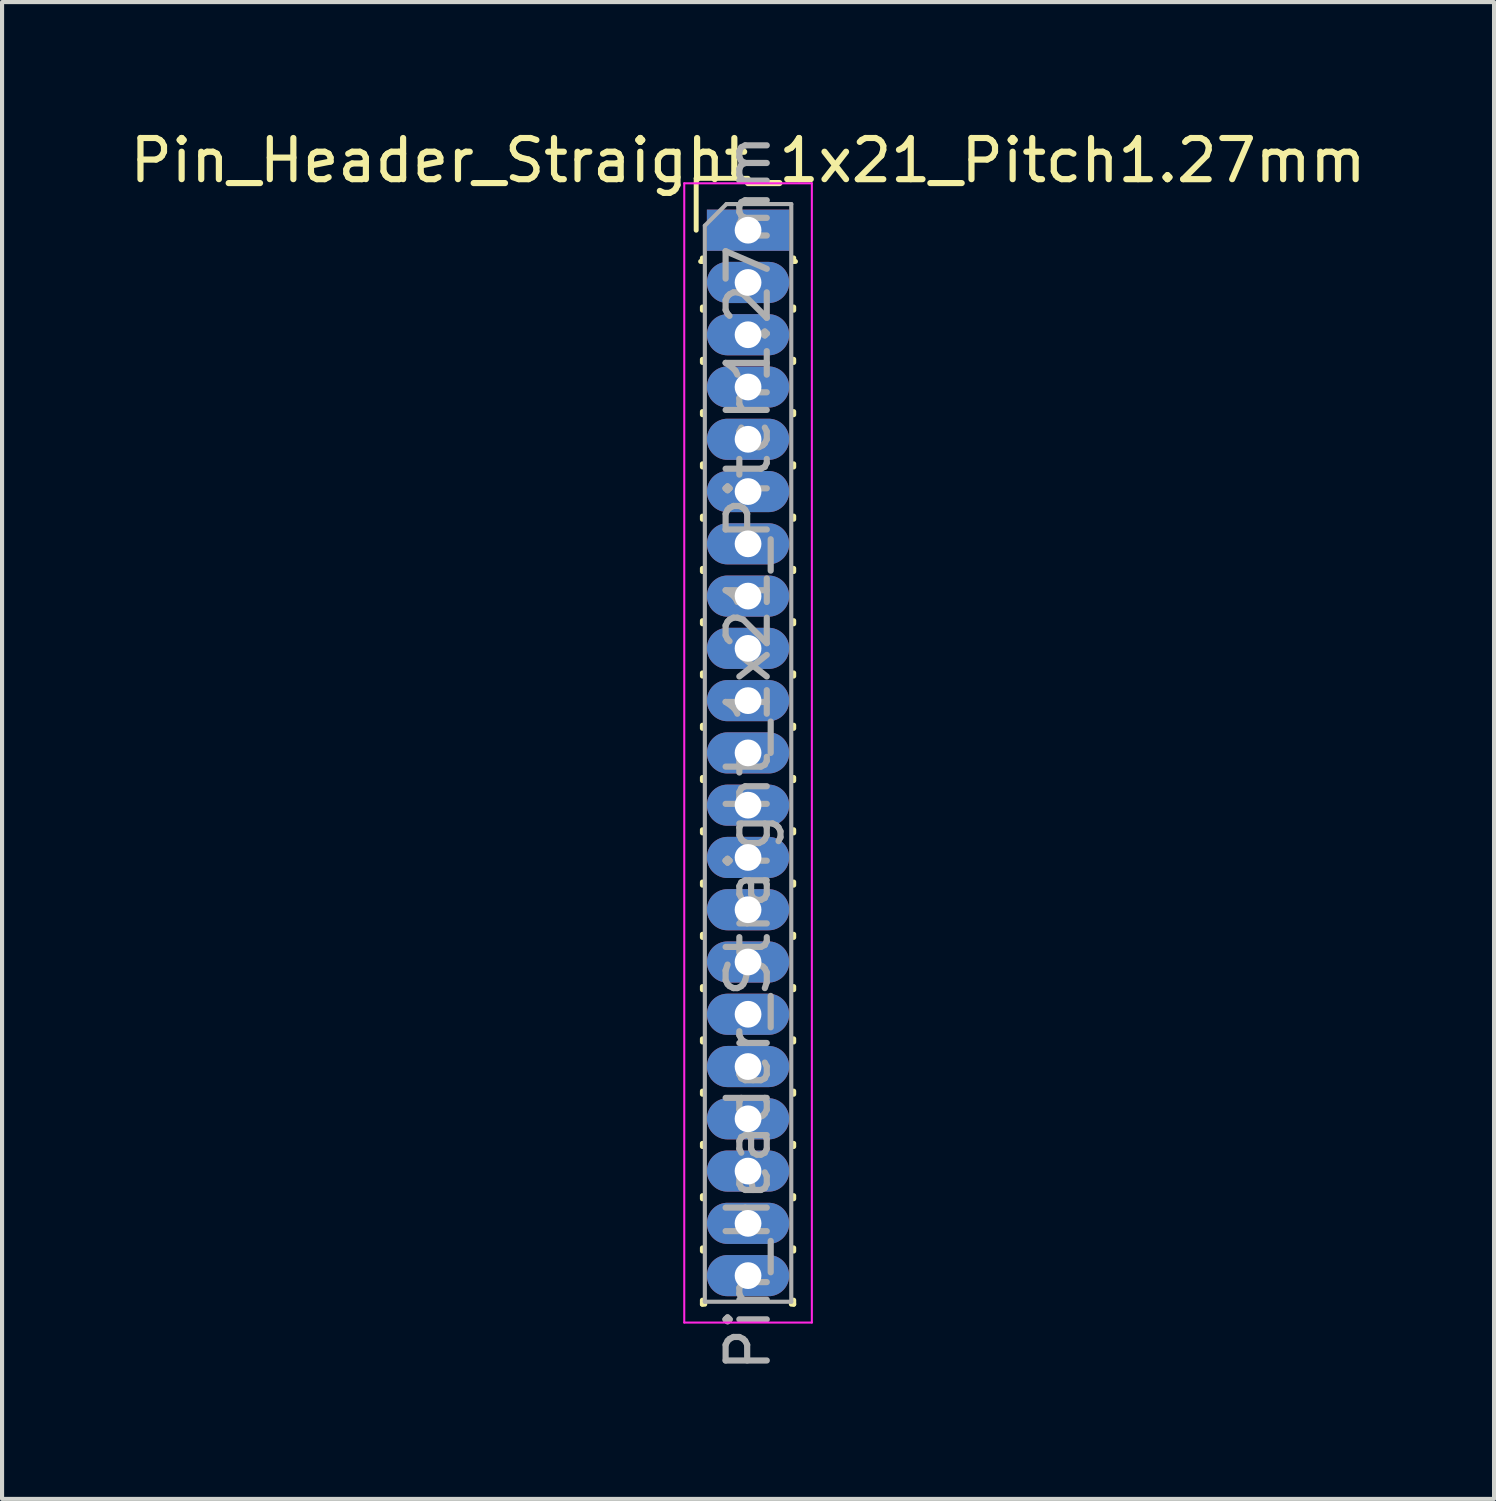
<source format=kicad_pcb>
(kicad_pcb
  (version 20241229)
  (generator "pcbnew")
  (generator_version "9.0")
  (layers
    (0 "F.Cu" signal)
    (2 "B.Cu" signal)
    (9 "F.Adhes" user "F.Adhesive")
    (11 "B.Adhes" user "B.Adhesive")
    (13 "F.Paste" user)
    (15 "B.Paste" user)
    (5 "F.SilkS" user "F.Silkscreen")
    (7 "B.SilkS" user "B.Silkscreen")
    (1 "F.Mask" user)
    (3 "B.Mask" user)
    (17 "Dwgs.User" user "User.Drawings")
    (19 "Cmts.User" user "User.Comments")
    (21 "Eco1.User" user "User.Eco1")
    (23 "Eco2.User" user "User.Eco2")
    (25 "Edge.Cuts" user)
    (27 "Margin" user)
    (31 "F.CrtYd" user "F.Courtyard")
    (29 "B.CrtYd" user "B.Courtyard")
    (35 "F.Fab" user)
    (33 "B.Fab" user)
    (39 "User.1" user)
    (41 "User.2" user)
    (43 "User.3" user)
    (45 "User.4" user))
  (footprint "Pin_Header_Straight_1x21_Pitch1.27mm"
    (layer "F.Cu")
    (at 15.125 2.543)
    (property "Reference" "Pin_Header_Straight_1x21_Pitch1.27mm" (at 0 -1.695 0) (layer "F.SilkS") (effects (font (size 1 1) (thickness 0.15))))
    (attr through_hole)
    (fp_line (start -1.26 -1.26) (end 0 -1.26) (stroke (width 0.12) (type solid)) (layer "F.SilkS"))
    (fp_line (start -1.26 0) (end -1.26 -1.26) (stroke (width 0.12) (type solid)) (layer "F.SilkS"))
    (fp_line (start -1.11 0.76) (end -1.152 0.76) (stroke (width 0.12) (type solid)) (layer "F.SilkS"))
    (fp_line (start -1.11 0.76) (end -1.11 0.674) (stroke (width 0.12) (type solid)) (layer "F.SilkS"))
    (fp_line (start -1.11 1.866) (end -1.11 1.944) (stroke (width 0.12) (type solid)) (layer "F.SilkS"))
    (fp_line (start -1.11 3.136) (end -1.11 3.214) (stroke (width 0.12) (type solid)) (layer "F.SilkS"))
    (fp_line (start -1.11 4.406) (end -1.11 4.484) (stroke (width 0.12) (type solid)) (layer "F.SilkS"))
    (fp_line (start -1.11 5.676) (end -1.11 5.754) (stroke (width 0.12) (type solid)) (layer "F.SilkS"))
    (fp_line (start -1.11 6.946) (end -1.11 7.024) (stroke (width 0.12) (type solid)) (layer "F.SilkS"))
    (fp_line (start -1.11 8.216) (end -1.11 8.294) (stroke (width 0.12) (type solid)) (layer "F.SilkS"))
    (fp_line (start -1.11 9.486) (end -1.11 9.564) (stroke (width 0.12) (type solid)) (layer "F.SilkS"))
    (fp_line (start -1.11 10.756) (end -1.11 10.834) (stroke (width 0.12) (type solid)) (layer "F.SilkS"))
    (fp_line (start -1.11 12.026) (end -1.11 12.104) (stroke (width 0.12) (type solid)) (layer "F.SilkS"))
    (fp_line (start -1.11 13.296) (end -1.11 13.374) (stroke (width 0.12) (type solid)) (layer "F.SilkS"))
    (fp_line (start -1.11 14.566) (end -1.11 14.644) (stroke (width 0.12) (type solid)) (layer "F.SilkS"))
    (fp_line (start -1.11 15.836) (end -1.11 15.914) (stroke (width 0.12) (type solid)) (layer "F.SilkS"))
    (fp_line (start -1.11 17.106) (end -1.11 17.184) (stroke (width 0.12) (type solid)) (layer "F.SilkS"))
    (fp_line (start -1.11 18.376) (end -1.11 18.454) (stroke (width 0.12) (type solid)) (layer "F.SilkS"))
    (fp_line (start -1.11 19.646) (end -1.11 19.724) (stroke (width 0.12) (type solid)) (layer "F.SilkS"))
    (fp_line (start -1.11 20.916) (end -1.11 20.994) (stroke (width 0.12) (type solid)) (layer "F.SilkS"))
    (fp_line (start -1.11 22.186) (end -1.11 22.264) (stroke (width 0.12) (type solid)) (layer "F.SilkS"))
    (fp_line (start -1.11 23.456) (end -1.11 23.534) (stroke (width 0.12) (type solid)) (layer "F.SilkS"))
    (fp_line (start -1.11 24.726) (end -1.11 24.804) (stroke (width 0.12) (type solid)) (layer "F.SilkS"))
    (fp_line (start -1.11 25.996) (end -1.11 26.095) (stroke (width 0.12) (type solid)) (layer "F.SilkS"))
    (fp_line (start -1.11 26.095) (end -1.051 26.095) (stroke (width 0.12) (type solid)) (layer "F.SilkS"))
    (fp_line (start 1.051 26.095) (end 1.11 26.095) (stroke (width 0.12) (type solid)) (layer "F.SilkS"))
    (fp_line (start 1.11 0.76) (end 1.11 0.674) (stroke (width 0.12) (type solid)) (layer "F.SilkS"))
    (fp_line (start 1.11 1.866) (end 1.11 1.944) (stroke (width 0.12) (type solid)) (layer "F.SilkS"))
    (fp_line (start 1.11 3.136) (end 1.11 3.214) (stroke (width 0.12) (type solid)) (layer "F.SilkS"))
    (fp_line (start 1.11 4.406) (end 1.11 4.484) (stroke (width 0.12) (type solid)) (layer "F.SilkS"))
    (fp_line (start 1.11 5.676) (end 1.11 5.754) (stroke (width 0.12) (type solid)) (layer "F.SilkS"))
    (fp_line (start 1.11 6.946) (end 1.11 7.024) (stroke (width 0.12) (type solid)) (layer "F.SilkS"))
    (fp_line (start 1.11 8.216) (end 1.11 8.294) (stroke (width 0.12) (type solid)) (layer "F.SilkS"))
    (fp_line (start 1.11 9.486) (end 1.11 9.564) (stroke (width 0.12) (type solid)) (layer "F.SilkS"))
    (fp_line (start 1.11 10.756) (end 1.11 10.834) (stroke (width 0.12) (type solid)) (layer "F.SilkS"))
    (fp_line (start 1.11 12.026) (end 1.11 12.104) (stroke (width 0.12) (type solid)) (layer "F.SilkS"))
    (fp_line (start 1.11 13.296) (end 1.11 13.374) (stroke (width 0.12) (type solid)) (layer "F.SilkS"))
    (fp_line (start 1.11 14.566) (end 1.11 14.644) (stroke (width 0.12) (type solid)) (layer "F.SilkS"))
    (fp_line (start 1.11 15.836) (end 1.11 15.914) (stroke (width 0.12) (type solid)) (layer "F.SilkS"))
    (fp_line (start 1.11 17.106) (end 1.11 17.184) (stroke (width 0.12) (type solid)) (layer "F.SilkS"))
    (fp_line (start 1.11 18.376) (end 1.11 18.454) (stroke (width 0.12) (type solid)) (layer "F.SilkS"))
    (fp_line (start 1.11 19.646) (end 1.11 19.724) (stroke (width 0.12) (type solid)) (layer "F.SilkS"))
    (fp_line (start 1.11 20.916) (end 1.11 20.994) (stroke (width 0.12) (type solid)) (layer "F.SilkS"))
    (fp_line (start 1.11 22.186) (end 1.11 22.264) (stroke (width 0.12) (type solid)) (layer "F.SilkS"))
    (fp_line (start 1.11 23.456) (end 1.11 23.534) (stroke (width 0.12) (type solid)) (layer "F.SilkS"))
    (fp_line (start 1.11 24.726) (end 1.11 24.804) (stroke (width 0.12) (type solid)) (layer "F.SilkS"))
    (fp_line (start 1.11 25.996) (end 1.11 26.095) (stroke (width 0.12) (type solid)) (layer "F.SilkS"))
    (fp_line (start 1.152 0.76) (end 1.11 0.76) (stroke (width 0.12) (type solid)) (layer "F.SilkS"))
    (fp_line (start -1.55 -1.14) (end -1.55 26.54) (stroke (width 0.05) (type solid)) (layer "F.CrtYd"))
    (fp_line (start -1.55 26.54) (end 1.55 26.54) (stroke (width 0.05) (type solid)) (layer "F.CrtYd"))
    (fp_line (start 1.55 -1.14) (end -1.55 -1.14) (stroke (width 0.05) (type solid)) (layer "F.CrtYd"))
    (fp_line (start 1.55 26.54) (end 1.55 -1.14) (stroke (width 0.05) (type solid)) (layer "F.CrtYd"))
    (fp_line (start -1.05 -0.11) (end -0.525 -0.635) (stroke (width 0.1) (type solid)) (layer "F.Fab"))
    (fp_line (start -1.05 26.035) (end -1.05 -0.11) (stroke (width 0.1) (type solid)) (layer "F.Fab"))
    (fp_line (start -0.525 -0.635) (end 1.05 -0.635) (stroke (width 0.1) (type solid)) (layer "F.Fab"))
    (fp_line (start 1.05 -0.635) (end 1.05 26.035) (stroke (width 0.1) (type solid)) (layer "F.Fab"))
    (fp_line (start 1.05 26.035) (end -1.05 26.035) (stroke (width 0.1) (type solid)) (layer "F.Fab"))
    (fp_text user "${REFERENCE}" (at 0 12.7 90) (layer "F.Fab") (effects (font (size 1 1) (thickness 0.15))))
    (pad "1" thru_hole rect (at 0 0) (size 2 1) (drill 0.65) (layers "*.Cu" "*.Mask"))
    (pad "2" thru_hole oval (at 0 1.27) (size 2 1) (drill 0.65) (layers "*.Cu" "*.Mask"))
    (pad "3" thru_hole oval (at 0 2.54) (size 2 1) (drill 0.65) (layers "*.Cu" "*.Mask"))
    (pad "4" thru_hole oval (at 0 3.81) (size 2 1) (drill 0.65) (layers "*.Cu" "*.Mask"))
    (pad "5" thru_hole oval (at 0 5.08) (size 2 1) (drill 0.65) (layers "*.Cu" "*.Mask"))
    (pad "6" thru_hole oval (at 0 6.35) (size 2 1) (drill 0.65) (layers "*.Cu" "*.Mask"))
    (pad "7" thru_hole oval (at 0 7.62) (size 2 1) (drill 0.65) (layers "*.Cu" "*.Mask"))
    (pad "8" thru_hole oval (at 0 8.89) (size 2 1) (drill 0.65) (layers "*.Cu" "*.Mask"))
    (pad "9" thru_hole oval (at 0 10.16) (size 2 1) (drill 0.65) (layers "*.Cu" "*.Mask"))
    (pad "10" thru_hole oval (at 0 11.43) (size 2 1) (drill 0.65) (layers "*.Cu" "*.Mask"))
    (pad "11" thru_hole oval (at 0 12.7) (size 2 1) (drill 0.65) (layers "*.Cu" "*.Mask"))
    (pad "12" thru_hole oval (at 0 13.97) (size 2 1) (drill 0.65) (layers "*.Cu" "*.Mask"))
    (pad "13" thru_hole oval (at 0 15.24) (size 2 1) (drill 0.65) (layers "*.Cu" "*.Mask"))
    (pad "14" thru_hole oval (at 0 16.51) (size 2 1) (drill 0.65) (layers "*.Cu" "*.Mask"))
    (pad "15" thru_hole oval (at 0 17.78) (size 2 1) (drill 0.65) (layers "*.Cu" "*.Mask"))
    (pad "16" thru_hole oval (at 0 19.05) (size 2 1) (drill 0.65) (layers "*.Cu" "*.Mask"))
    (pad "17" thru_hole oval (at 0 20.32) (size 2 1) (drill 0.65) (layers "*.Cu" "*.Mask"))
    (pad "18" thru_hole oval (at 0 21.59) (size 2 1) (drill 0.65) (layers "*.Cu" "*.Mask"))
    (pad "19" thru_hole oval (at 0 22.86) (size 2 1) (drill 0.65) (layers "*.Cu" "*.Mask"))
    (pad "20" thru_hole oval (at 0 24.13) (size 2 1) (drill 0.65) (layers "*.Cu" "*.Mask"))
    (pad "21" thru_hole oval (at 0 25.4) (size 2 1) (drill 0.65) (layers "*.Cu" "*.Mask")))
  (gr_rect
    (start -3 -3)
    (end 33.25 33.368)
    (stroke (width 0.1) (type default))
    (fill no)
    (layer "Edge.Cuts")))
</source>
